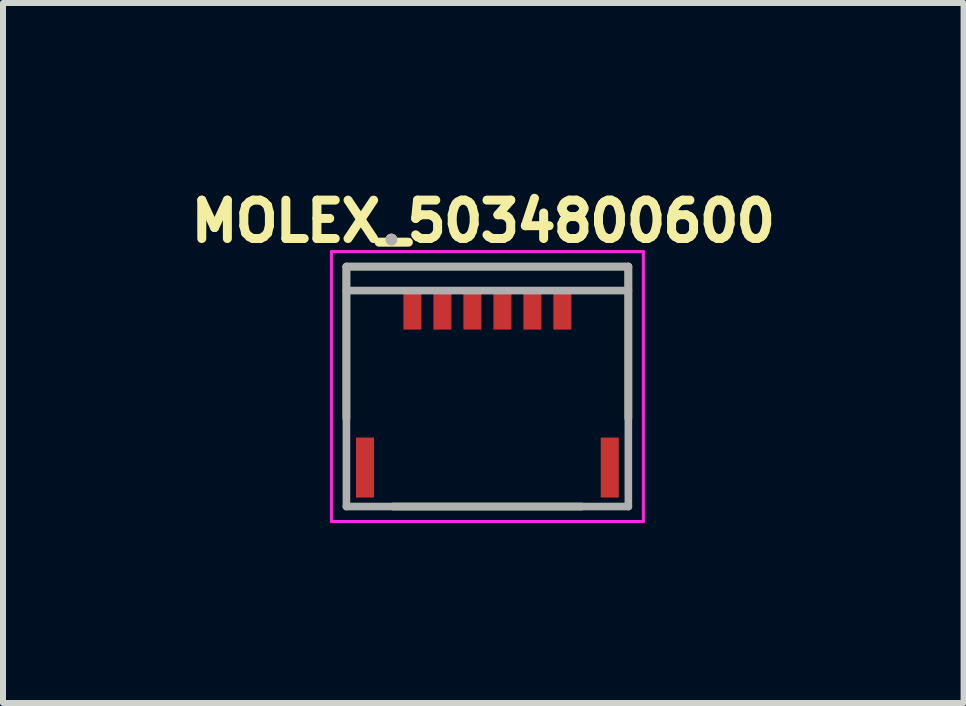
<source format=kicad_pcb>
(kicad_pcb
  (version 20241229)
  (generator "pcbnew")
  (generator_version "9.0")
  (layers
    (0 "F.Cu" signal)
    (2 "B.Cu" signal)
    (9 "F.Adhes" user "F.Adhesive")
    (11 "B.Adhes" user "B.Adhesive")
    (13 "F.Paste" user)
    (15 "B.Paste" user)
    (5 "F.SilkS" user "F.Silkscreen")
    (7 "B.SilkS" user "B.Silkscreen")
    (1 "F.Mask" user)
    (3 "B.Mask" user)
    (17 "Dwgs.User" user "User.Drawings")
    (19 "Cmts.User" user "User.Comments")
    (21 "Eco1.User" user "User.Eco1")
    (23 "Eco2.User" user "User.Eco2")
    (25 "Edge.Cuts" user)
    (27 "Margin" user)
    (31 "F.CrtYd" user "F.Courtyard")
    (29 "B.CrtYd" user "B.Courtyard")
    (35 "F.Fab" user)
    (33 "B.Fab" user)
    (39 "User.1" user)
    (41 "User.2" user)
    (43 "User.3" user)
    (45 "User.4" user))
  (footprint "MOLEX_5034800600"
    (layer "F.Cu")
    (at 5.075 3.494)
    (property "Reference" "MOLEX_5034800600" (at -0.068 -2.856 0) (layer "F.SilkS") (effects (font (size 0.64 0.64) (thickness 0.15))))
    (attr smd)
    (fp_line (start -2.35 -2.1) (end -2.35 0.43) (stroke (width 0.127) (type solid)) (layer "F.SilkS"))
    (fp_line (start -2.35 -2.1) (end 2.35 -2.1) (stroke (width 0.127) (type solid)) (layer "F.SilkS"))
    (fp_line (start -1.57 1.9) (end 1.57 1.9) (stroke (width 0.127) (type solid)) (layer "F.SilkS"))
    (fp_line (start 2.35 -2.1) (end 2.35 0.43) (stroke (width 0.127) (type solid)) (layer "F.SilkS"))
    (fp_circle (center -1.6 -2.55) (end -1.55 -2.55) (stroke (width 0.1) (type solid)) (fill no) (layer "F.SilkS"))
    (fp_line (start -2.6 -2.35) (end -2.6 2.15) (stroke (width 0.05) (type solid)) (layer "F.CrtYd"))
    (fp_line (start -2.6 2.15) (end 2.6 2.15) (stroke (width 0.05) (type solid)) (layer "F.CrtYd"))
    (fp_line (start 2.6 -2.35) (end -2.6 -2.35) (stroke (width 0.05) (type solid)) (layer "F.CrtYd"))
    (fp_line (start 2.6 2.15) (end 2.6 -2.35) (stroke (width 0.05) (type solid)) (layer "F.CrtYd"))
    (fp_line (start -2.35 -2.1) (end 2.35 -2.1) (stroke (width 0.127) (type solid)) (layer "F.Fab"))
    (fp_line (start -2.35 -1.7) (end -2.35 -2.1) (stroke (width 0.127) (type solid)) (layer "F.Fab"))
    (fp_line (start -2.35 -1.7) (end 2.35 -1.7) (stroke (width 0.127) (type solid)) (layer "F.Fab"))
    (fp_line (start -2.35 1.9) (end -2.35 -1.7) (stroke (width 0.127) (type solid)) (layer "F.Fab"))
    (fp_line (start 2.35 -2.1) (end 2.35 -1.7) (stroke (width 0.127) (type solid)) (layer "F.Fab"))
    (fp_line (start 2.35 -1.7) (end 2.35 1.9) (stroke (width 0.127) (type solid)) (layer "F.Fab"))
    (fp_line (start 2.35 1.9) (end -2.35 1.9) (stroke (width 0.127) (type solid)) (layer "F.Fab"))
    (fp_circle (center -1.6 -2.55) (end -1.55 -2.55) (stroke (width 0.1) (type solid)) (fill no) (layer "F.Fab"))
    (pad "1" smd rect (at -1.25 -1.4) (size 0.3 0.7) (layers "F.Cu" "F.Mask" "F.Paste"))
    (pad "2" smd rect (at -0.75 -1.4) (size 0.3 0.7) (layers "F.Cu" "F.Mask" "F.Paste"))
    (pad "3" smd rect (at -0.25 -1.4) (size 0.3 0.7) (layers "F.Cu" "F.Mask" "F.Paste"))
    (pad "4" smd rect (at 0.25 -1.4) (size 0.3 0.7) (layers "F.Cu" "F.Mask" "F.Paste"))
    (pad "5" smd rect (at 0.75 -1.4) (size 0.3 0.7) (layers "F.Cu" "F.Mask" "F.Paste"))
    (pad "6" smd rect (at 1.25 -1.4) (size 0.3 0.7) (layers "F.Cu" "F.Mask" "F.Paste"))
    (pad "S1" smd rect (at -2.04 1.25) (size 0.3 1) (layers "F.Cu" "F.Mask" "F.Paste"))
    (pad "S2" smd rect (at 2.04 1.25) (size 0.3 1) (layers "F.Cu" "F.Mask" "F.Paste")))
  (gr_rect
    (start -3 -3)
    (end 13.013 8.669)
    (stroke (width 0.1) (type default))
    (fill no)
    (layer "Edge.Cuts")))
</source>
